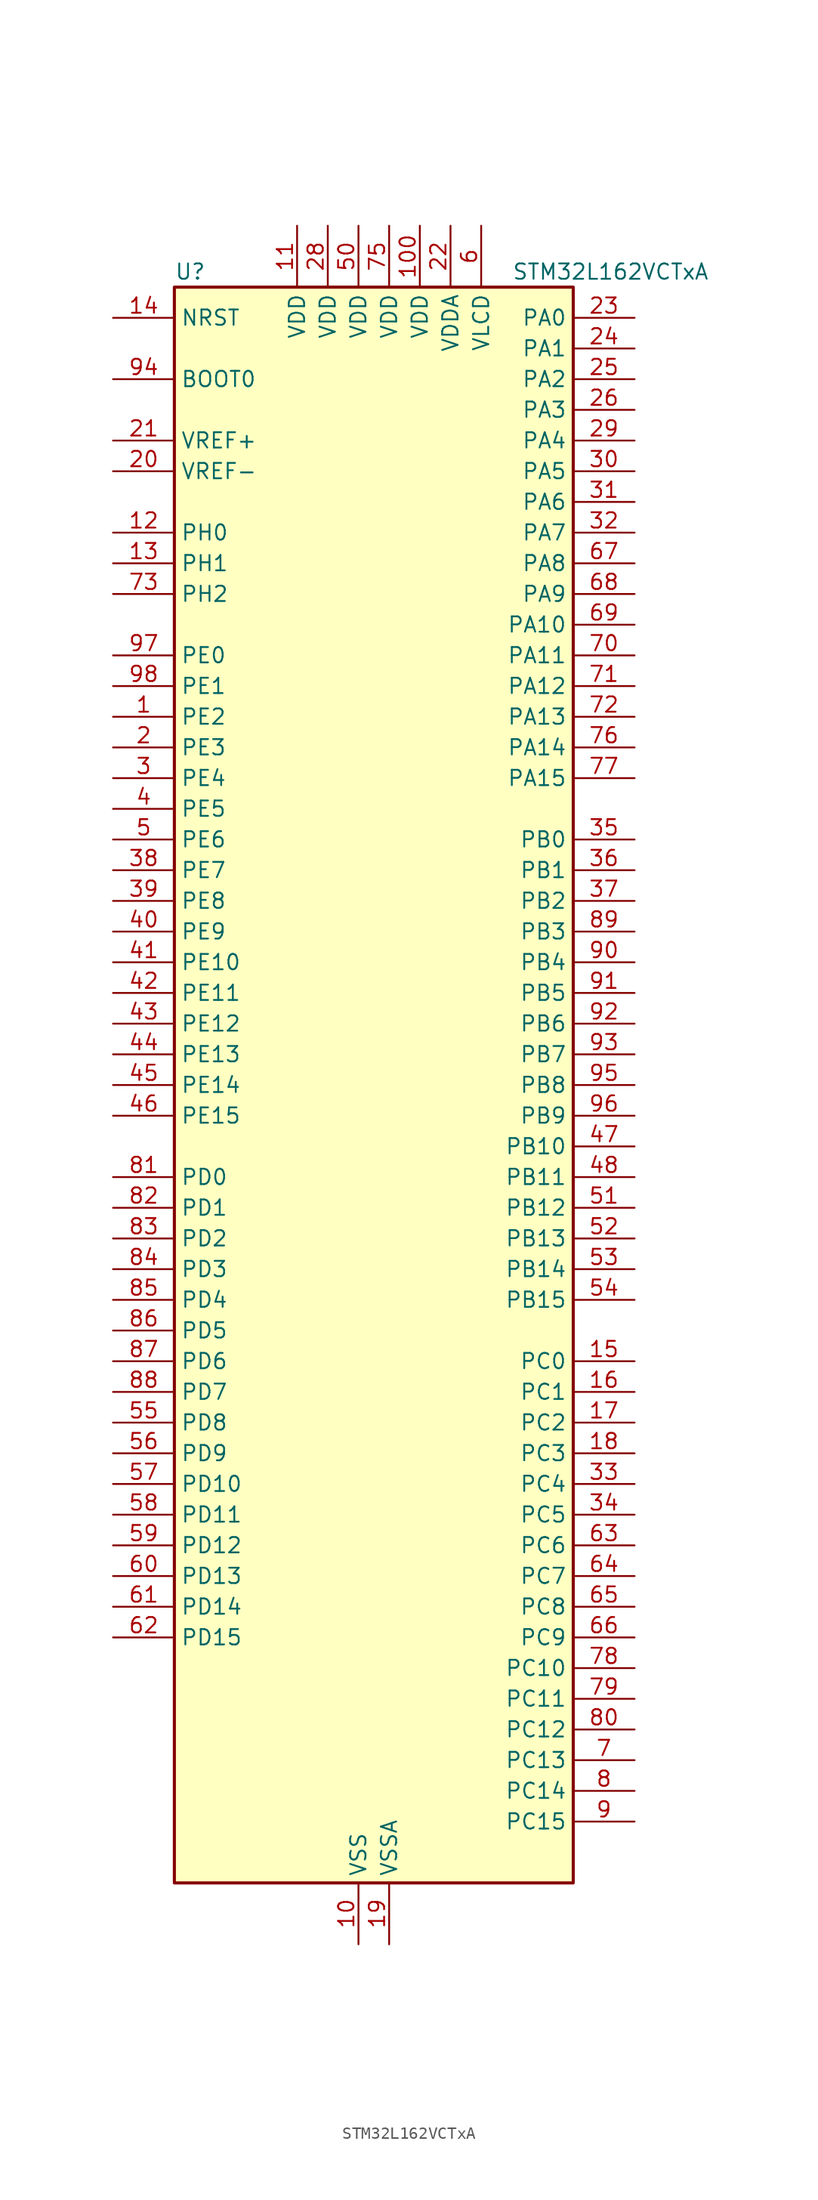
<source format=kicad_sym>
(kicad_symbol_lib
  (version 20220914)
  (generator kicad_symbol_editor)
  (symbol "STM32L162VCTxA"
    (property "Reference" "U"
      (at -15.24 67.31 0)
      (effects (font (size 1.27 1.27)) (justify left)))
    (property "Value" "STM32L162VCTxA"
      (at 12.7 67.31 0)
      (effects (font (size 1.27 1.27)) (justify left)))
    (property "ki_locked" ""
      (at 0 0 0)
      (effects (font (size 1.27 1.27))))
    (symbol "STM32L162VCTxA_0_1"
      (rectangle (start -15.24 -66.04) (end 17.78 66.04) (stroke (width 0.254) (type default)) (fill (type background))))
    (symbol "STM32L162VCTxA_1_1"
      (pin bidirectional line (at -20.32 30.48 0) (length 5.08) (name "PE2" (effects (font (size 1.27 1.27)))) (number "1" (effects (font (size 1.27 1.27)))) (alternate "LCD_SEG38" bidirectional line) (alternate "SYS_TRACECK" bidirectional line) (alternate "TIM3_ETR" bidirectional line) (alternate "TIMX_IC3" bidirectional line))
      (pin power_in line (at 0 -71.12 90) (length 5.08) (name "VSS" (effects (font (size 1.27 1.27)))) (number "10" (effects (font (size 1.27 1.27)))))
      (pin power_in line (at 5.08 71.12 270) (length 5.08) (name "VDD" (effects (font (size 1.27 1.27)))) (number "100" (effects (font (size 1.27 1.27)))))
      (pin power_in line (at -5.08 71.12 270) (length 5.08) (name "VDD" (effects (font (size 1.27 1.27)))) (number "11" (effects (font (size 1.27 1.27)))))
      (pin bidirectional line (at -20.32 45.72 0) (length 5.08) (name "PH0" (effects (font (size 1.27 1.27)))) (number "12" (effects (font (size 1.27 1.27)))) (alternate "RCC_OSC_IN" bidirectional line))
      (pin bidirectional line (at -20.32 43.18 0) (length 5.08) (name "PH1" (effects (font (size 1.27 1.27)))) (number "13" (effects (font (size 1.27 1.27)))) (alternate "RCC_OSC_OUT" bidirectional line))
      (pin input line (at -20.32 63.5 0) (length 5.08) (name "NRST" (effects (font (size 1.27 1.27)))) (number "14" (effects (font (size 1.27 1.27)))))
      (pin bidirectional line (at 22.86 -22.86 180) (length 5.08) (name "PC0" (effects (font (size 1.27 1.27)))) (number "15" (effects (font (size 1.27 1.27)))) (alternate "ADC_IN10" bidirectional line) (alternate "COMP1_INP" bidirectional line) (alternate "LCD_SEG18" bidirectional line) (alternate "TIMX_IC1" bidirectional line) (alternate "TS_G8_IO1" bidirectional line))
      (pin bidirectional line (at 22.86 -25.4 180) (length 5.08) (name "PC1" (effects (font (size 1.27 1.27)))) (number "16" (effects (font (size 1.27 1.27)))) (alternate "ADC_IN11" bidirectional line) (alternate "COMP1_INP" bidirectional line) (alternate "LCD_SEG19" bidirectional line) (alternate "TIMX_IC2" bidirectional line) (alternate "TS_G8_IO2" bidirectional line))
      (pin bidirectional line (at 22.86 -27.94 180) (length 5.08) (name "PC2" (effects (font (size 1.27 1.27)))) (number "17" (effects (font (size 1.27 1.27)))) (alternate "ADC_IN12" bidirectional line) (alternate "COMP1_INP" bidirectional line) (alternate "LCD_SEG20" bidirectional line) (alternate "TIMX_IC3" bidirectional line) (alternate "TS_G8_IO3" bidirectional line))
      (pin bidirectional line (at 22.86 -30.48 180) (length 5.08) (name "PC3" (effects (font (size 1.27 1.27)))) (number "18" (effects (font (size 1.27 1.27)))) (alternate "ADC_IN13" bidirectional line) (alternate "COMP1_INP" bidirectional line) (alternate "LCD_SEG21" bidirectional line) (alternate "TIMX_IC4" bidirectional line) (alternate "TS_G8_IO4" bidirectional line))
      (pin power_in line (at 2.54 -71.12 90) (length 5.08) (name "VSSA" (effects (font (size 1.27 1.27)))) (number "19" (effects (font (size 1.27 1.27)))))
      (pin bidirectional line (at -20.32 27.94 0) (length 5.08) (name "PE3" (effects (font (size 1.27 1.27)))) (number "2" (effects (font (size 1.27 1.27)))) (alternate "LCD_SEG39" bidirectional line) (alternate "SYS_TRACED0" bidirectional line) (alternate "TIM3_CH1" bidirectional line) (alternate "TIMX_IC4" bidirectional line))
      (pin input line (at -20.32 50.8 0) (length 5.08) (name "VREF-" (effects (font (size 1.27 1.27)))) (number "20" (effects (font (size 1.27 1.27)))))
      (pin input line (at -20.32 53.34 0) (length 5.08) (name "VREF+" (effects (font (size 1.27 1.27)))) (number "21" (effects (font (size 1.27 1.27)))))
      (pin power_in line (at 7.62 71.12 270) (length 5.08) (name "VDDA" (effects (font (size 1.27 1.27)))) (number "22" (effects (font (size 1.27 1.27)))))
      (pin bidirectional line (at 22.86 63.5 180) (length 5.08) (name "PA0" (effects (font (size 1.27 1.27)))) (number "23" (effects (font (size 1.27 1.27)))) (alternate "ADC_IN0" bidirectional line) (alternate "COMP1_INP" bidirectional line) (alternate "RTC_TAMP2" bidirectional line) (alternate "SYS_WKUP1" bidirectional line) (alternate "TIM2_CH1" bidirectional line) (alternate "TIM2_ETR" bidirectional line) (alternate "TIM5_CH1" bidirectional line) (alternate "TIMX_IC1" bidirectional line) (alternate "TS_G1_IO1" bidirectional line) (alternate "USART2_CTS" bidirectional line))
      (pin bidirectional line (at 22.86 60.96 180) (length 5.08) (name "PA1" (effects (font (size 1.27 1.27)))) (number "24" (effects (font (size 1.27 1.27)))) (alternate "ADC_IN1" bidirectional line) (alternate "COMP1_INP" bidirectional line) (alternate "LCD_SEG0" bidirectional line) (alternate "OPAMP1_VINP" bidirectional line) (alternate "TIM2_CH2" bidirectional line) (alternate "TIM5_CH2" bidirectional line) (alternate "TIMX_IC2" bidirectional line) (alternate "TS_G1_IO2" bidirectional line) (alternate "USART2_RTS" bidirectional line))
      (pin bidirectional line (at 22.86 58.42 180) (length 5.08) (name "PA2" (effects (font (size 1.27 1.27)))) (number "25" (effects (font (size 1.27 1.27)))) (alternate "ADC_IN2" bidirectional line) (alternate "COMP1_INP" bidirectional line) (alternate "LCD_SEG1" bidirectional line) (alternate "OPAMP1_VINM" bidirectional line) (alternate "TIM2_CH3" bidirectional line) (alternate "TIM5_CH3" bidirectional line) (alternate "TIM9_CH1" bidirectional line) (alternate "TIMX_IC3" bidirectional line) (alternate "TS_G1_IO3" bidirectional line) (alternate "USART2_TX" bidirectional line))
      (pin bidirectional line (at 22.86 55.88 180) (length 5.08) (name "PA3" (effects (font (size 1.27 1.27)))) (number "26" (effects (font (size 1.27 1.27)))) (alternate "ADC_IN3" bidirectional line) (alternate "COMP1_INP" bidirectional line) (alternate "LCD_SEG2" bidirectional line) (alternate "OPAMP1_VOUT" bidirectional line) (alternate "TIM2_CH4" bidirectional line) (alternate "TIM5_CH4" bidirectional line) (alternate "TIM9_CH2" bidirectional line) (alternate "TIMX_IC4" bidirectional line) (alternate "TS_G1_IO4" bidirectional line) (alternate "USART2_RX" bidirectional line))
      (pin passive line (at 0 -71.12 90) (length 5.08) hide (name "VSS" (effects (font (size 1.27 1.27)))) (number "27" (effects (font (size 1.27 1.27)))))
      (pin power_in line (at -2.54 71.12 270) (length 5.08) (name "VDD" (effects (font (size 1.27 1.27)))) (number "28" (effects (font (size 1.27 1.27)))))
      (pin bidirectional line (at 22.86 53.34 180) (length 5.08) (name "PA4" (effects (font (size 1.27 1.27)))) (number "29" (effects (font (size 1.27 1.27)))) (alternate "ADC_IN4" bidirectional line) (alternate "COMP1_INP" bidirectional line) (alternate "DAC_OUT1" bidirectional line) (alternate "I2S3_WS" bidirectional line) (alternate "SPI1_NSS" bidirectional line) (alternate "SPI3_NSS" bidirectional line) (alternate "TIMX_IC1" bidirectional line) (alternate "USART2_CK" bidirectional line))
      (pin bidirectional line (at -20.32 25.4 0) (length 5.08) (name "PE4" (effects (font (size 1.27 1.27)))) (number "3" (effects (font (size 1.27 1.27)))) (alternate "SYS_TRACED1" bidirectional line) (alternate "TIM3_CH2" bidirectional line) (alternate "TIMX_IC1" bidirectional line))
      (pin bidirectional line (at 22.86 50.8 180) (length 5.08) (name "PA5" (effects (font (size 1.27 1.27)))) (number "30" (effects (font (size 1.27 1.27)))) (alternate "ADC_IN5" bidirectional line) (alternate "COMP1_INP" bidirectional line) (alternate "DAC_OUT2" bidirectional line) (alternate "SPI1_SCK" bidirectional line) (alternate "TIM2_CH1" bidirectional line) (alternate "TIM2_ETR" bidirectional line) (alternate "TIMX_IC2" bidirectional line))
      (pin bidirectional line (at 22.86 48.26 180) (length 5.08) (name "PA6" (effects (font (size 1.27 1.27)))) (number "31" (effects (font (size 1.27 1.27)))) (alternate "ADC_IN6" bidirectional line) (alternate "COMP1_INP" bidirectional line) (alternate "LCD_SEG3" bidirectional line) (alternate "OPAMP2_VINP" bidirectional line) (alternate "SPI1_MISO" bidirectional line) (alternate "TIM10_CH1" bidirectional line) (alternate "TIM3_CH1" bidirectional line) (alternate "TIMX_IC3" bidirectional line) (alternate "TS_G2_IO1" bidirectional line))
      (pin bidirectional line (at 22.86 45.72 180) (length 5.08) (name "PA7" (effects (font (size 1.27 1.27)))) (number "32" (effects (font (size 1.27 1.27)))) (alternate "ADC_IN7" bidirectional line) (alternate "COMP1_INP" bidirectional line) (alternate "LCD_SEG4" bidirectional line) (alternate "OPAMP2_VINM" bidirectional line) (alternate "SPI1_MOSI" bidirectional line) (alternate "TIM11_CH1" bidirectional line) (alternate "TIM3_CH2" bidirectional line) (alternate "TIMX_IC4" bidirectional line) (alternate "TS_G2_IO2" bidirectional line))
      (pin bidirectional line (at 22.86 -33.02 180) (length 5.08) (name "PC4" (effects (font (size 1.27 1.27)))) (number "33" (effects (font (size 1.27 1.27)))) (alternate "ADC_IN14" bidirectional line) (alternate "COMP1_INP" bidirectional line) (alternate "LCD_SEG22" bidirectional line) (alternate "TIMX_IC1" bidirectional line) (alternate "TS_G9_IO1" bidirectional line))
      (pin bidirectional line (at 22.86 -35.56 180) (length 5.08) (name "PC5" (effects (font (size 1.27 1.27)))) (number "34" (effects (font (size 1.27 1.27)))) (alternate "ADC_IN15" bidirectional line) (alternate "COMP1_INP" bidirectional line) (alternate "LCD_SEG23" bidirectional line) (alternate "TIMX_IC2" bidirectional line) (alternate "TS_G9_IO2" bidirectional line))
      (pin bidirectional line (at 22.86 20.32 180) (length 5.08) (name "PB0" (effects (font (size 1.27 1.27)))) (number "35" (effects (font (size 1.27 1.27)))) (alternate "ADC_IN8" bidirectional line) (alternate "COMP1_INP" bidirectional line) (alternate "LCD_SEG5" bidirectional line) (alternate "OPAMP2_VOUT" bidirectional line) (alternate "SYS_V_REF_OUT" bidirectional line) (alternate "TIM3_CH3" bidirectional line) (alternate "TS_G3_IO1" bidirectional line))
      (pin bidirectional line (at 22.86 17.78 180) (length 5.08) (name "PB1" (effects (font (size 1.27 1.27)))) (number "36" (effects (font (size 1.27 1.27)))) (alternate "ADC_IN9" bidirectional line) (alternate "COMP1_INP" bidirectional line) (alternate "LCD_SEG6" bidirectional line) (alternate "SYS_V_REF_OUT" bidirectional line) (alternate "TIM3_CH4" bidirectional line) (alternate "TS_G3_IO2" bidirectional line))
      (pin bidirectional line (at 22.86 15.24 180) (length 5.08) (name "PB2" (effects (font (size 1.27 1.27)))) (number "37" (effects (font (size 1.27 1.27)))) (alternate "TS_G3_IO3" bidirectional line))
      (pin bidirectional line (at -20.32 17.78 0) (length 5.08) (name "PE7" (effects (font (size 1.27 1.27)))) (number "38" (effects (font (size 1.27 1.27)))) (alternate "ADC_IN22" bidirectional line) (alternate "COMP1_INP" bidirectional line) (alternate "TIMX_IC4" bidirectional line))
      (pin bidirectional line (at -20.32 15.24 0) (length 5.08) (name "PE8" (effects (font (size 1.27 1.27)))) (number "39" (effects (font (size 1.27 1.27)))) (alternate "ADC_IN23" bidirectional line) (alternate "COMP1_INP" bidirectional line) (alternate "TIMX_IC1" bidirectional line))
      (pin bidirectional line (at -20.32 22.86 0) (length 5.08) (name "PE5" (effects (font (size 1.27 1.27)))) (number "4" (effects (font (size 1.27 1.27)))) (alternate "SYS_TRACED2" bidirectional line) (alternate "TIM9_CH1" bidirectional line) (alternate "TIMX_IC2" bidirectional line))
      (pin bidirectional line (at -20.32 12.7 0) (length 5.08) (name "PE9" (effects (font (size 1.27 1.27)))) (number "40" (effects (font (size 1.27 1.27)))) (alternate "ADC_IN24" bidirectional line) (alternate "COMP1_INP" bidirectional line) (alternate "DAC_EXTI9" bidirectional line) (alternate "TIM2_CH1" bidirectional line) (alternate "TIM2_ETR" bidirectional line) (alternate "TIMX_IC2" bidirectional line))
      (pin bidirectional line (at -20.32 10.16 0) (length 5.08) (name "PE10" (effects (font (size 1.27 1.27)))) (number "41" (effects (font (size 1.27 1.27)))) (alternate "ADC_IN25" bidirectional line) (alternate "COMP1_INP" bidirectional line) (alternate "TIM2_CH2" bidirectional line) (alternate "TIMX_IC3" bidirectional line))
      (pin bidirectional line (at -20.32 7.62 0) (length 5.08) (name "PE11" (effects (font (size 1.27 1.27)))) (number "42" (effects (font (size 1.27 1.27)))) (alternate "ADC_EXTI11" bidirectional line) (alternate "TIM2_CH3" bidirectional line) (alternate "TIMX_IC4" bidirectional line))
      (pin bidirectional line (at -20.32 5.08 0) (length 5.08) (name "PE12" (effects (font (size 1.27 1.27)))) (number "43" (effects (font (size 1.27 1.27)))) (alternate "SPI1_NSS" bidirectional line) (alternate "TIM2_CH4" bidirectional line) (alternate "TIMX_IC1" bidirectional line))
      (pin bidirectional line (at -20.32 2.54 0) (length 5.08) (name "PE13" (effects (font (size 1.27 1.27)))) (number "44" (effects (font (size 1.27 1.27)))) (alternate "SPI1_SCK" bidirectional line) (alternate "TIMX_IC2" bidirectional line))
      (pin bidirectional line (at -20.32 0 0) (length 5.08) (name "PE14" (effects (font (size 1.27 1.27)))) (number "45" (effects (font (size 1.27 1.27)))) (alternate "SPI1_MISO" bidirectional line) (alternate "TIMX_IC3" bidirectional line))
      (pin bidirectional line (at -20.32 -2.54 0) (length 5.08) (name "PE15" (effects (font (size 1.27 1.27)))) (number "46" (effects (font (size 1.27 1.27)))) (alternate "ADC_EXTI15" bidirectional line) (alternate "SPI1_MOSI" bidirectional line) (alternate "TIMX_IC4" bidirectional line))
      (pin bidirectional line (at 22.86 -5.08 180) (length 5.08) (name "PB10" (effects (font (size 1.27 1.27)))) (number "47" (effects (font (size 1.27 1.27)))) (alternate "I2C2_SCL" bidirectional line) (alternate "LCD_SEG10" bidirectional line) (alternate "TIM2_CH3" bidirectional line) (alternate "USART3_TX" bidirectional line))
      (pin bidirectional line (at 22.86 -7.62 180) (length 5.08) (name "PB11" (effects (font (size 1.27 1.27)))) (number "48" (effects (font (size 1.27 1.27)))) (alternate "ADC_EXTI11" bidirectional line) (alternate "I2C2_SDA" bidirectional line) (alternate "LCD_SEG11" bidirectional line) (alternate "TIM2_CH4" bidirectional line) (alternate "USART3_RX" bidirectional line))
      (pin passive line (at 0 -71.12 90) (length 5.08) hide (name "VSS" (effects (font (size 1.27 1.27)))) (number "49" (effects (font (size 1.27 1.27)))))
      (pin bidirectional line (at -20.32 20.32 0) (length 5.08) (name "PE6" (effects (font (size 1.27 1.27)))) (number "5" (effects (font (size 1.27 1.27)))) (alternate "RTC_TAMP3" bidirectional line) (alternate "SYS_TRACED3" bidirectional line) (alternate "SYS_WKUP3" bidirectional line) (alternate "TIM9_CH2" bidirectional line) (alternate "TIMX_IC3" bidirectional line))
      (pin power_in line (at 0 71.12 270) (length 5.08) (name "VDD" (effects (font (size 1.27 1.27)))) (number "50" (effects (font (size 1.27 1.27)))))
      (pin bidirectional line (at 22.86 -10.16 180) (length 5.08) (name "PB12" (effects (font (size 1.27 1.27)))) (number "51" (effects (font (size 1.27 1.27)))) (alternate "ADC_IN18" bidirectional line) (alternate "COMP1_INP" bidirectional line) (alternate "I2C2_SMBA" bidirectional line) (alternate "I2S2_WS" bidirectional line) (alternate "LCD_SEG12" bidirectional line) (alternate "SPI2_NSS" bidirectional line) (alternate "TIM10_CH1" bidirectional line) (alternate "TS_G7_IO1" bidirectional line) (alternate "USART3_CK" bidirectional line))
      (pin bidirectional line (at 22.86 -12.7 180) (length 5.08) (name "PB13" (effects (font (size 1.27 1.27)))) (number "52" (effects (font (size 1.27 1.27)))) (alternate "ADC_IN19" bidirectional line) (alternate "COMP1_INP" bidirectional line) (alternate "I2S2_CK" bidirectional line) (alternate "LCD_SEG13" bidirectional line) (alternate "SPI2_SCK" bidirectional line) (alternate "TIM9_CH1" bidirectional line) (alternate "TS_G7_IO2" bidirectional line) (alternate "USART3_CTS" bidirectional line))
      (pin bidirectional line (at 22.86 -15.24 180) (length 5.08) (name "PB14" (effects (font (size 1.27 1.27)))) (number "53" (effects (font (size 1.27 1.27)))) (alternate "ADC_IN20" bidirectional line) (alternate "COMP1_INP" bidirectional line) (alternate "LCD_SEG14" bidirectional line) (alternate "SPI2_MISO" bidirectional line) (alternate "TIM9_CH2" bidirectional line) (alternate "TS_G7_IO3" bidirectional line) (alternate "USART3_RTS" bidirectional line))
      (pin bidirectional line (at 22.86 -17.78 180) (length 5.08) (name "PB15" (effects (font (size 1.27 1.27)))) (number "54" (effects (font (size 1.27 1.27)))) (alternate "ADC_EXTI15" bidirectional line) (alternate "ADC_IN21" bidirectional line) (alternate "COMP1_INP" bidirectional line) (alternate "I2S2_SD" bidirectional line) (alternate "LCD_SEG15" bidirectional line) (alternate "RTC_REFIN" bidirectional line) (alternate "SPI2_MOSI" bidirectional line) (alternate "TIM11_CH1" bidirectional line) (alternate "TS_G7_IO4" bidirectional line))
      (pin bidirectional line (at -20.32 -27.94 0) (length 5.08) (name "PD8" (effects (font (size 1.27 1.27)))) (number "55" (effects (font (size 1.27 1.27)))) (alternate "LCD_SEG28" bidirectional line) (alternate "TIMX_IC1" bidirectional line) (alternate "USART3_TX" bidirectional line))
      (pin bidirectional line (at -20.32 -30.48 0) (length 5.08) (name "PD9" (effects (font (size 1.27 1.27)))) (number "56" (effects (font (size 1.27 1.27)))) (alternate "DAC_EXTI9" bidirectional line) (alternate "LCD_SEG29" bidirectional line) (alternate "TIMX_IC2" bidirectional line) (alternate "USART3_RX" bidirectional line))
      (pin bidirectional line (at -20.32 -33.02 0) (length 5.08) (name "PD10" (effects (font (size 1.27 1.27)))) (number "57" (effects (font (size 1.27 1.27)))) (alternate "LCD_SEG30" bidirectional line) (alternate "TIMX_IC3" bidirectional line) (alternate "USART3_CK" bidirectional line))
      (pin bidirectional line (at -20.32 -35.56 0) (length 5.08) (name "PD11" (effects (font (size 1.27 1.27)))) (number "58" (effects (font (size 1.27 1.27)))) (alternate "ADC_EXTI11" bidirectional line) (alternate "LCD_SEG31" bidirectional line) (alternate "TIMX_IC4" bidirectional line) (alternate "USART3_CTS" bidirectional line))
      (pin bidirectional line (at -20.32 -38.1 0) (length 5.08) (name "PD12" (effects (font (size 1.27 1.27)))) (number "59" (effects (font (size 1.27 1.27)))) (alternate "LCD_SEG32" bidirectional line) (alternate "TIM4_CH1" bidirectional line) (alternate "TIMX_IC1" bidirectional line) (alternate "USART3_RTS" bidirectional line))
      (pin power_in line (at 10.16 71.12 270) (length 5.08) (name "VLCD" (effects (font (size 1.27 1.27)))) (number "6" (effects (font (size 1.27 1.27)))))
      (pin bidirectional line (at -20.32 -40.64 0) (length 5.08) (name "PD13" (effects (font (size 1.27 1.27)))) (number "60" (effects (font (size 1.27 1.27)))) (alternate "LCD_SEG33" bidirectional line) (alternate "TIM4_CH2" bidirectional line) (alternate "TIMX_IC2" bidirectional line))
      (pin bidirectional line (at -20.32 -43.18 0) (length 5.08) (name "PD14" (effects (font (size 1.27 1.27)))) (number "61" (effects (font (size 1.27 1.27)))) (alternate "LCD_SEG34" bidirectional line) (alternate "TIM4_CH3" bidirectional line) (alternate "TIMX_IC3" bidirectional line))
      (pin bidirectional line (at -20.32 -45.72 0) (length 5.08) (name "PD15" (effects (font (size 1.27 1.27)))) (number "62" (effects (font (size 1.27 1.27)))) (alternate "ADC_EXTI15" bidirectional line) (alternate "LCD_SEG35" bidirectional line) (alternate "TIM4_CH4" bidirectional line) (alternate "TIMX_IC4" bidirectional line))
      (pin bidirectional line (at 22.86 -38.1 180) (length 5.08) (name "PC6" (effects (font (size 1.27 1.27)))) (number "63" (effects (font (size 1.27 1.27)))) (alternate "I2S2_MCK" bidirectional line) (alternate "LCD_SEG24" bidirectional line) (alternate "TIM3_CH1" bidirectional line) (alternate "TIMX_IC3" bidirectional line) (alternate "TS_G10_IO1" bidirectional line))
      (pin bidirectional line (at 22.86 -40.64 180) (length 5.08) (name "PC7" (effects (font (size 1.27 1.27)))) (number "64" (effects (font (size 1.27 1.27)))) (alternate "I2S3_MCK" bidirectional line) (alternate "LCD_SEG25" bidirectional line) (alternate "TIM3_CH2" bidirectional line) (alternate "TIMX_IC4" bidirectional line) (alternate "TS_G10_IO2" bidirectional line))
      (pin bidirectional line (at 22.86 -43.18 180) (length 5.08) (name "PC8" (effects (font (size 1.27 1.27)))) (number "65" (effects (font (size 1.27 1.27)))) (alternate "LCD_SEG26" bidirectional line) (alternate "TIM3_CH3" bidirectional line) (alternate "TIMX_IC1" bidirectional line) (alternate "TS_G10_IO3" bidirectional line))
      (pin bidirectional line (at 22.86 -45.72 180) (length 5.08) (name "PC9" (effects (font (size 1.27 1.27)))) (number "66" (effects (font (size 1.27 1.27)))) (alternate "DAC_EXTI9" bidirectional line) (alternate "LCD_SEG27" bidirectional line) (alternate "TIM3_CH4" bidirectional line) (alternate "TIMX_IC2" bidirectional line) (alternate "TS_G10_IO4" bidirectional line))
      (pin bidirectional line (at 22.86 43.18 180) (length 5.08) (name "PA8" (effects (font (size 1.27 1.27)))) (number "67" (effects (font (size 1.27 1.27)))) (alternate "LCD_COM0" bidirectional line) (alternate "RCC_MCO" bidirectional line) (alternate "TIMX_IC1" bidirectional line) (alternate "TS_G4_IO1" bidirectional line) (alternate "USART1_CK" bidirectional line))
      (pin bidirectional line (at 22.86 40.64 180) (length 5.08) (name "PA9" (effects (font (size 1.27 1.27)))) (number "68" (effects (font (size 1.27 1.27)))) (alternate "DAC_EXTI9" bidirectional line) (alternate "LCD_COM1" bidirectional line) (alternate "TIMX_IC2" bidirectional line) (alternate "TS_G4_IO2" bidirectional line) (alternate "USART1_TX" bidirectional line))
      (pin bidirectional line (at 22.86 38.1 180) (length 5.08) (name "PA10" (effects (font (size 1.27 1.27)))) (number "69" (effects (font (size 1.27 1.27)))) (alternate "LCD_COM2" bidirectional line) (alternate "TIMX_IC3" bidirectional line) (alternate "TS_G4_IO3" bidirectional line) (alternate "USART1_RX" bidirectional line))
      (pin bidirectional line (at 22.86 -55.88 180) (length 5.08) (name "PC13" (effects (font (size 1.27 1.27)))) (number "7" (effects (font (size 1.27 1.27)))) (alternate "RTC_OUT_ALARM" bidirectional line) (alternate "RTC_OUT_CALIB" bidirectional line) (alternate "RTC_TAMP1" bidirectional line) (alternate "RTC_TS" bidirectional line) (alternate "SYS_WKUP2" bidirectional line) (alternate "TIMX_IC2" bidirectional line))
      (pin bidirectional line (at 22.86 35.56 180) (length 5.08) (name "PA11" (effects (font (size 1.27 1.27)))) (number "70" (effects (font (size 1.27 1.27)))) (alternate "ADC_EXTI11" bidirectional line) (alternate "SPI1_MISO" bidirectional line) (alternate "TIMX_IC4" bidirectional line) (alternate "USART1_CTS" bidirectional line) (alternate "USB_DM" bidirectional line))
      (pin bidirectional line (at 22.86 33.02 180) (length 5.08) (name "PA12" (effects (font (size 1.27 1.27)))) (number "71" (effects (font (size 1.27 1.27)))) (alternate "SPI1_MOSI" bidirectional line) (alternate "TIMX_IC1" bidirectional line) (alternate "USART1_RTS" bidirectional line) (alternate "USB_DP" bidirectional line))
      (pin bidirectional line (at 22.86 30.48 180) (length 5.08) (name "PA13" (effects (font (size 1.27 1.27)))) (number "72" (effects (font (size 1.27 1.27)))) (alternate "SYS_JTMS-SWDIO" bidirectional line) (alternate "TIMX_IC2" bidirectional line) (alternate "TS_G5_IO1" bidirectional line))
      (pin bidirectional line (at -20.32 40.64 0) (length 5.08) (name "PH2" (effects (font (size 1.27 1.27)))) (number "73" (effects (font (size 1.27 1.27)))))
      (pin passive line (at 0 -71.12 90) (length 5.08) hide (name "VSS" (effects (font (size 1.27 1.27)))) (number "74" (effects (font (size 1.27 1.27)))))
      (pin power_in line (at 2.54 71.12 270) (length 5.08) (name "VDD" (effects (font (size 1.27 1.27)))) (number "75" (effects (font (size 1.27 1.27)))))
      (pin bidirectional line (at 22.86 27.94 180) (length 5.08) (name "PA14" (effects (font (size 1.27 1.27)))) (number "76" (effects (font (size 1.27 1.27)))) (alternate "SYS_JTCK-SWCLK" bidirectional line) (alternate "TIMX_IC3" bidirectional line) (alternate "TS_G5_IO2" bidirectional line))
      (pin bidirectional line (at 22.86 25.4 180) (length 5.08) (name "PA15" (effects (font (size 1.27 1.27)))) (number "77" (effects (font (size 1.27 1.27)))) (alternate "ADC_EXTI15" bidirectional line) (alternate "I2S3_WS" bidirectional line) (alternate "LCD_SEG17" bidirectional line) (alternate "SPI1_NSS" bidirectional line) (alternate "SPI3_NSS" bidirectional line) (alternate "SYS_JTDI" bidirectional line) (alternate "TIM2_CH1" bidirectional line) (alternate "TIM2_ETR" bidirectional line) (alternate "TIMX_IC4" bidirectional line) (alternate "TS_G5_IO3" bidirectional line))
      (pin bidirectional line (at 22.86 -48.26 180) (length 5.08) (name "PC10" (effects (font (size 1.27 1.27)))) (number "78" (effects (font (size 1.27 1.27)))) (alternate "I2S3_CK" bidirectional line) (alternate "LCD_COM4" bidirectional line) (alternate "LCD_SEG28" bidirectional line) (alternate "LCD_SEG40" bidirectional line) (alternate "SPI3_SCK" bidirectional line) (alternate "TIMX_IC3" bidirectional line) (alternate "USART3_TX" bidirectional line))
      (pin bidirectional line (at 22.86 -50.8 180) (length 5.08) (name "PC11" (effects (font (size 1.27 1.27)))) (number "79" (effects (font (size 1.27 1.27)))) (alternate "ADC_EXTI11" bidirectional line) (alternate "LCD_COM5" bidirectional line) (alternate "LCD_SEG29" bidirectional line) (alternate "LCD_SEG41" bidirectional line) (alternate "SPI3_MISO" bidirectional line) (alternate "TIMX_IC4" bidirectional line) (alternate "USART3_RX" bidirectional line))
      (pin bidirectional line (at 22.86 -58.42 180) (length 5.08) (name "PC14" (effects (font (size 1.27 1.27)))) (number "8" (effects (font (size 1.27 1.27)))) (alternate "RCC_OSC32_IN" bidirectional line) (alternate "TIMX_IC3" bidirectional line))
      (pin bidirectional line (at 22.86 -53.34 180) (length 5.08) (name "PC12" (effects (font (size 1.27 1.27)))) (number "80" (effects (font (size 1.27 1.27)))) (alternate "I2S3_SD" bidirectional line) (alternate "LCD_COM6" bidirectional line) (alternate "LCD_SEG30" bidirectional line) (alternate "LCD_SEG42" bidirectional line) (alternate "SPI3_MOSI" bidirectional line) (alternate "TIMX_IC1" bidirectional line) (alternate "USART3_CK" bidirectional line))
      (pin bidirectional line (at -20.32 -7.62 0) (length 5.08) (name "PD0" (effects (font (size 1.27 1.27)))) (number "81" (effects (font (size 1.27 1.27)))) (alternate "I2S2_WS" bidirectional line) (alternate "SPI2_NSS" bidirectional line) (alternate "TIM9_CH1" bidirectional line) (alternate "TIMX_IC1" bidirectional line))
      (pin bidirectional line (at -20.32 -10.16 0) (length 5.08) (name "PD1" (effects (font (size 1.27 1.27)))) (number "82" (effects (font (size 1.27 1.27)))) (alternate "I2S2_CK" bidirectional line) (alternate "SPI2_SCK" bidirectional line) (alternate "TIMX_IC2" bidirectional line))
      (pin bidirectional line (at -20.32 -12.7 0) (length 5.08) (name "PD2" (effects (font (size 1.27 1.27)))) (number "83" (effects (font (size 1.27 1.27)))) (alternate "LCD_COM7" bidirectional line) (alternate "LCD_SEG31" bidirectional line) (alternate "LCD_SEG43" bidirectional line) (alternate "TIM3_ETR" bidirectional line) (alternate "TIMX_IC3" bidirectional line))
      (pin bidirectional line (at -20.32 -15.24 0) (length 5.08) (name "PD3" (effects (font (size 1.27 1.27)))) (number "84" (effects (font (size 1.27 1.27)))) (alternate "SPI2_MISO" bidirectional line) (alternate "TIMX_IC4" bidirectional line) (alternate "USART2_CTS" bidirectional line))
      (pin bidirectional line (at -20.32 -17.78 0) (length 5.08) (name "PD4" (effects (font (size 1.27 1.27)))) (number "85" (effects (font (size 1.27 1.27)))) (alternate "I2S2_SD" bidirectional line) (alternate "SPI2_MOSI" bidirectional line) (alternate "TIMX_IC1" bidirectional line) (alternate "USART2_RTS" bidirectional line))
      (pin bidirectional line (at -20.32 -20.32 0) (length 5.08) (name "PD5" (effects (font (size 1.27 1.27)))) (number "86" (effects (font (size 1.27 1.27)))) (alternate "TIMX_IC2" bidirectional line) (alternate "USART2_TX" bidirectional line))
      (pin bidirectional line (at -20.32 -22.86 0) (length 5.08) (name "PD6" (effects (font (size 1.27 1.27)))) (number "87" (effects (font (size 1.27 1.27)))) (alternate "TIMX_IC3" bidirectional line) (alternate "USART2_RX" bidirectional line))
      (pin bidirectional line (at -20.32 -25.4 0) (length 5.08) (name "PD7" (effects (font (size 1.27 1.27)))) (number "88" (effects (font (size 1.27 1.27)))) (alternate "TIM9_CH2" bidirectional line) (alternate "TIMX_IC4" bidirectional line) (alternate "USART2_CK" bidirectional line))
      (pin bidirectional line (at 22.86 12.7 180) (length 5.08) (name "PB3" (effects (font (size 1.27 1.27)))) (number "89" (effects (font (size 1.27 1.27)))) (alternate "COMP2_INM" bidirectional line) (alternate "I2S3_CK" bidirectional line) (alternate "LCD_SEG7" bidirectional line) (alternate "SPI1_SCK" bidirectional line) (alternate "SPI3_SCK" bidirectional line) (alternate "SYS_JTDO-TRACESWO" bidirectional line) (alternate "TIM2_CH2" bidirectional line))
      (pin bidirectional line (at 22.86 -60.96 180) (length 5.08) (name "PC15" (effects (font (size 1.27 1.27)))) (number "9" (effects (font (size 1.27 1.27)))) (alternate "ADC_EXTI15" bidirectional line) (alternate "RCC_OSC32_OUT" bidirectional line) (alternate "TIMX_IC4" bidirectional line))
      (pin bidirectional line (at 22.86 10.16 180) (length 5.08) (name "PB4" (effects (font (size 1.27 1.27)))) (number "90" (effects (font (size 1.27 1.27)))) (alternate "COMP2_INP" bidirectional line) (alternate "LCD_SEG8" bidirectional line) (alternate "SPI1_MISO" bidirectional line) (alternate "SPI3_MISO" bidirectional line) (alternate "SYS_JTRST" bidirectional line) (alternate "TIM3_CH1" bidirectional line) (alternate "TS_G6_IO1" bidirectional line))
      (pin bidirectional line (at 22.86 7.62 180) (length 5.08) (name "PB5" (effects (font (size 1.27 1.27)))) (number "91" (effects (font (size 1.27 1.27)))) (alternate "COMP2_INP" bidirectional line) (alternate "I2C1_SMBA" bidirectional line) (alternate "I2S3_SD" bidirectional line) (alternate "LCD_SEG9" bidirectional line) (alternate "SPI1_MOSI" bidirectional line) (alternate "SPI3_MOSI" bidirectional line) (alternate "TIM3_CH2" bidirectional line) (alternate "TS_G6_IO2" bidirectional line))
      (pin bidirectional line (at 22.86 5.08 180) (length 5.08) (name "PB6" (effects (font (size 1.27 1.27)))) (number "92" (effects (font (size 1.27 1.27)))) (alternate "COMP2_INP" bidirectional line) (alternate "I2C1_SCL" bidirectional line) (alternate "TIM4_CH1" bidirectional line) (alternate "TS_G6_IO3" bidirectional line) (alternate "USART1_TX" bidirectional line))
      (pin bidirectional line (at 22.86 2.54 180) (length 5.08) (name "PB7" (effects (font (size 1.27 1.27)))) (number "93" (effects (font (size 1.27 1.27)))) (alternate "COMP2_INP" bidirectional line) (alternate "I2C1_SDA" bidirectional line) (alternate "SYS_PVD_IN" bidirectional line) (alternate "TIM4_CH2" bidirectional line) (alternate "TS_G6_IO4" bidirectional line) (alternate "USART1_RX" bidirectional line))
      (pin input line (at -20.32 58.42 0) (length 5.08) (name "BOOT0" (effects (font (size 1.27 1.27)))) (number "94" (effects (font (size 1.27 1.27)))))
      (pin bidirectional line (at 22.86 0 180) (length 5.08) (name "PB8" (effects (font (size 1.27 1.27)))) (number "95" (effects (font (size 1.27 1.27)))) (alternate "I2C1_SCL" bidirectional line) (alternate "LCD_SEG16" bidirectional line) (alternate "TIM10_CH1" bidirectional line) (alternate "TIM4_CH3" bidirectional line))
      (pin bidirectional line (at 22.86 -2.54 180) (length 5.08) (name "PB9" (effects (font (size 1.27 1.27)))) (number "96" (effects (font (size 1.27 1.27)))) (alternate "DAC_EXTI9" bidirectional line) (alternate "I2C1_SDA" bidirectional line) (alternate "LCD_COM3" bidirectional line) (alternate "TIM11_CH1" bidirectional line) (alternate "TIM4_CH4" bidirectional line))
      (pin bidirectional line (at -20.32 35.56 0) (length 5.08) (name "PE0" (effects (font (size 1.27 1.27)))) (number "97" (effects (font (size 1.27 1.27)))) (alternate "LCD_SEG36" bidirectional line) (alternate "TIM10_CH1" bidirectional line) (alternate "TIM4_ETR" bidirectional line) (alternate "TIMX_IC1" bidirectional line))
      (pin bidirectional line (at -20.32 33.02 0) (length 5.08) (name "PE1" (effects (font (size 1.27 1.27)))) (number "98" (effects (font (size 1.27 1.27)))) (alternate "LCD_SEG37" bidirectional line) (alternate "TIM11_CH1" bidirectional line) (alternate "TIMX_IC2" bidirectional line))
      (pin passive line (at 0 -71.12 90) (length 5.08) hide (name "VSS" (effects (font (size 1.27 1.27)))) (number "99" (effects (font (size 1.27 1.27))))))))
</source>
